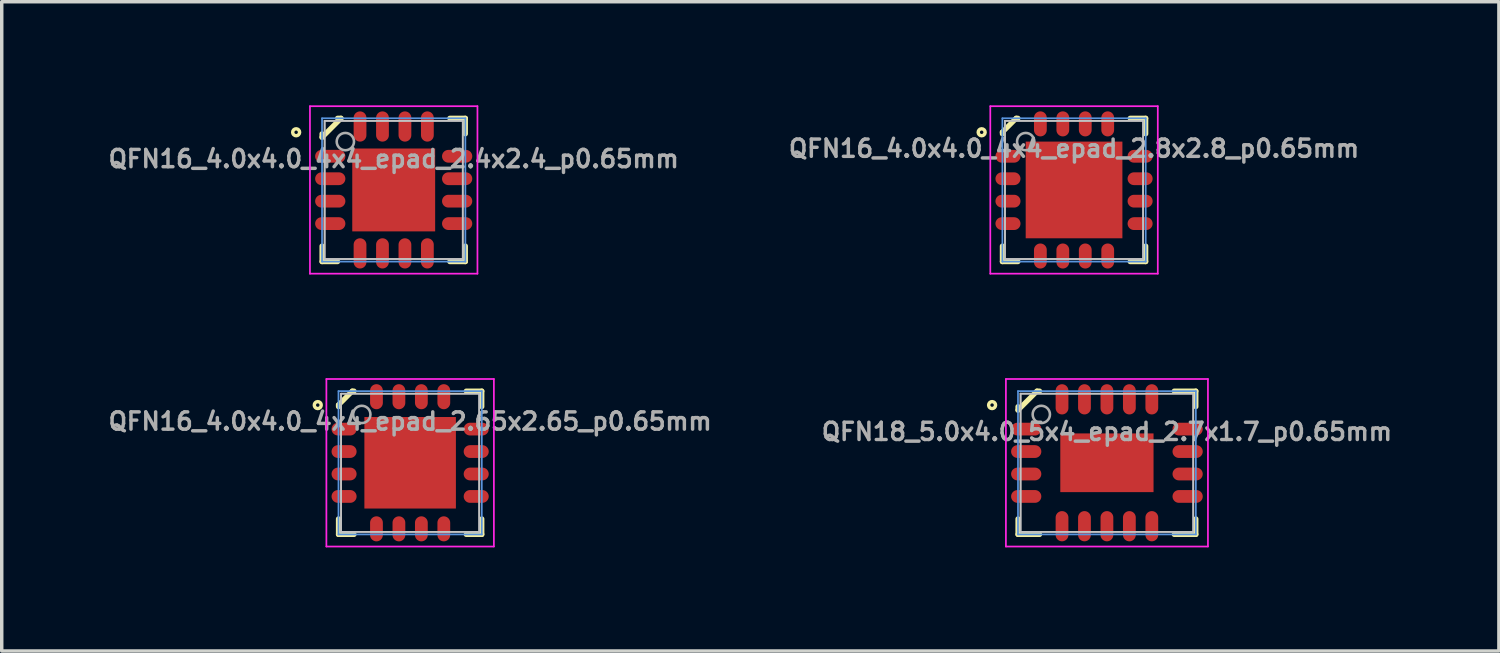
<source format=kicad_pcb>
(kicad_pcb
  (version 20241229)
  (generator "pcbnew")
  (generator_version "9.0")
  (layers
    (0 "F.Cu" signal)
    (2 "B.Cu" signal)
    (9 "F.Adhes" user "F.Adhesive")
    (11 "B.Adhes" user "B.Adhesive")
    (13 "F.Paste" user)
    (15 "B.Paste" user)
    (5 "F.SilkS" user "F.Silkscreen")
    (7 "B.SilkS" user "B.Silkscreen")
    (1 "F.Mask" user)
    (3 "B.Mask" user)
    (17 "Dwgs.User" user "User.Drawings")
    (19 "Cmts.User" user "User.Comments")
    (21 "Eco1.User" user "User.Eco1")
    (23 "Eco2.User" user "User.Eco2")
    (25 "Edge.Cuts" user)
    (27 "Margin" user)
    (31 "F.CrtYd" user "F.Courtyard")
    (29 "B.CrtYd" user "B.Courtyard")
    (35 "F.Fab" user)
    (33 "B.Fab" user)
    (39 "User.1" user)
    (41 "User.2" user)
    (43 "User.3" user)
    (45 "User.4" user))
  (footprint "QFN16_4.0x4.0_4x4_epad_2.8x2.8_p0.65mm"
    (layer "F.Cu")
    (at 28.05 2.45)
    (property "Reference" "QFN16_4.0x4.0_4x4_epad_2.8x2.8_p0.65mm" (at 0 -1.2 0) (layer "F.Fab") (effects (font (size 0.5 0.5) (thickness 0.1))))
    (attr through_hole)
    (fp_line (start -2.075 -1.675) (end -2.075 -1.625) (stroke (width 0.15) (type solid)) (layer "F.SilkS"))
    (fp_line (start -2.075 -1.675) (end -1.675 -2.075) (stroke (width 0.15) (type solid)) (layer "F.SilkS"))
    (fp_line (start -2.075 2.075) (end -2.075 1.625) (stroke (width 0.15) (type solid)) (layer "F.SilkS"))
    (fp_line (start -2.075 2.075) (end -1.625 2.075) (stroke (width 0.15) (type solid)) (layer "F.SilkS"))
    (fp_line (start -1.625 -2.075) (end -1.675 -2.075) (stroke (width 0.15) (type solid)) (layer "F.SilkS"))
    (fp_line (start 2.075 -2.075) (end 1.625 -2.075) (stroke (width 0.15) (type solid)) (layer "F.SilkS"))
    (fp_line (start 2.075 -2.075) (end 2.075 -1.625) (stroke (width 0.15) (type solid)) (layer "F.SilkS"))
    (fp_line (start 2.075 2.075) (end 1.625 2.075) (stroke (width 0.15) (type solid)) (layer "F.SilkS"))
    (fp_line (start 2.075 2.075) (end 2.075 1.625) (stroke (width 0.15) (type solid)) (layer "F.SilkS"))
    (fp_circle (center -2.675 -1.67) (end -2.604 -1.599) (stroke (width 0.1) (type solid)) (fill no) (layer "F.SilkS"))
    (fp_line (start -2 -2) (end -2 2) (stroke (width 0.05) (type solid)) (layer "Dwgs.User"))
    (fp_line (start -2 -2) (end 2 -2) (stroke (width 0.05) (type solid)) (layer "Dwgs.User"))
    (fp_line (start -2 2) (end 2 2) (stroke (width 0.05) (type solid)) (layer "Dwgs.User"))
    (fp_line (start 2 -2) (end 2 2) (stroke (width 0.05) (type solid)) (layer "Dwgs.User"))
    (fp_line (start -2.075 -2.075) (end -2.075 2.075) (stroke (width 0.05) (type solid)) (layer "Cmts.User"))
    (fp_line (start -2.075 -2.075) (end 2.075 -2.075) (stroke (width 0.05) (type solid)) (layer "Cmts.User"))
    (fp_line (start -2.075 2.075) (end 2.075 2.075) (stroke (width 0.05) (type solid)) (layer "Cmts.User"))
    (fp_line (start 2.075 -2.075) (end 2.075 2.075) (stroke (width 0.05) (type solid)) (layer "Cmts.User"))
    (fp_line (start -1.925 -1.925) (end -1.925 1.925) (stroke (width 0.05) (type solid)) (layer "Eco1.User"))
    (fp_line (start -1.925 -1.925) (end 1.925 -1.925) (stroke (width 0.05) (type solid)) (layer "Eco1.User"))
    (fp_line (start -1.925 1.925) (end 1.925 1.925) (stroke (width 0.05) (type solid)) (layer "Eco1.User"))
    (fp_line (start 1.925 -1.925) (end 1.925 1.925) (stroke (width 0.05) (type solid)) (layer "Eco1.User"))
    (fp_line (start -2.425 -2.425) (end -2.425 2.425) (stroke (width 0.05) (type solid)) (layer "F.CrtYd"))
    (fp_line (start -2.425 -2.425) (end 2.425 -2.425) (stroke (width 0.05) (type solid)) (layer "F.CrtYd"))
    (fp_line (start -2.425 2.425) (end 2.425 2.425) (stroke (width 0.05) (type solid)) (layer "F.CrtYd"))
    (fp_line (start 2.425 -2.425) (end 2.425 2.425) (stroke (width 0.05) (type solid)) (layer "F.CrtYd"))
    (fp_line (start -2 -2) (end -2 2) (stroke (width 0.05) (type solid)) (layer "F.Fab"))
    (fp_line (start -2 -2) (end 2 -2) (stroke (width 0.05) (type solid)) (layer "F.Fab"))
    (fp_line (start -2 2) (end 2 2) (stroke (width 0.05) (type solid)) (layer "F.Fab"))
    (fp_line (start 2 -2) (end 2 2) (stroke (width 0.05) (type solid)) (layer "F.Fab"))
    (fp_circle (center -1.4 -1.4) (end -1.223 -1.223) (stroke (width 0.075) (type solid)) (fill no) (layer "F.Fab"))
    (pad "1" smd oval (at -1.913 -0.975 180) (size 0.725 0.37) (layers "F.Cu" "F.Mask" "F.Paste"))
    (pad "2" smd oval (at -1.913 -0.325 180) (size 0.725 0.37) (layers "F.Cu" "F.Mask" "F.Paste"))
    (pad "3" smd oval (at -1.913 0.325 180) (size 0.725 0.37) (layers "F.Cu" "F.Mask" "F.Paste"))
    (pad "4" smd oval (at -1.913 0.975 180) (size 0.725 0.37) (layers "F.Cu" "F.Mask" "F.Paste"))
    (pad "5" smd oval (at -0.975 1.913 270) (size 0.725 0.37) (layers "F.Cu" "F.Mask" "F.Paste"))
    (pad "6" smd oval (at -0.325 1.913 270) (size 0.725 0.37) (layers "F.Cu" "F.Mask" "F.Paste"))
    (pad "7" smd oval (at 0.325 1.913 270) (size 0.725 0.37) (layers "F.Cu" "F.Mask" "F.Paste"))
    (pad "8" smd oval (at 0.975 1.913 270) (size 0.725 0.37) (layers "F.Cu" "F.Mask" "F.Paste"))
    (pad "9" smd oval (at 1.913 0.975) (size 0.725 0.37) (layers "F.Cu" "F.Mask" "F.Paste"))
    (pad "10" smd oval (at 1.913 0.325) (size 0.725 0.37) (layers "F.Cu" "F.Mask" "F.Paste"))
    (pad "11" smd oval (at 1.913 -0.325) (size 0.725 0.37) (layers "F.Cu" "F.Mask" "F.Paste"))
    (pad "12" smd oval (at 1.913 -0.975) (size 0.725 0.37) (layers "F.Cu" "F.Mask" "F.Paste"))
    (pad "13" smd oval (at 0.975 -1.913 90) (size 0.725 0.37) (layers "F.Cu" "F.Mask" "F.Paste"))
    (pad "14" smd oval (at 0.325 -1.913 90) (size 0.725 0.37) (layers "F.Cu" "F.Mask" "F.Paste"))
    (pad "15" smd oval (at -0.325 -1.913 90) (size 0.725 0.37) (layers "F.Cu" "F.Mask" "F.Paste"))
    (pad "16" smd oval (at -0.975 -1.913 90) (size 0.725 0.37) (layers "F.Cu" "F.Mask" "F.Paste"))
    (pad "17" smd rect (at 0 0) (size 2.8 2.8) (layers "F.Cu" "F.Mask" "F.Paste")))
  (footprint "QFN18_5.0x4.0_5x4_epad_2.7x1.7_p0.65mm"
    (layer "F.Cu")
    (at 29.002 10.35)
    (property "Reference" "QFN18_5.0x4.0_5x4_epad_2.7x1.7_p0.65mm" (at 0 -0.9 0) (layer "F.Fab") (effects (font (size 0.5 0.5) (thickness 0.1))))
    (attr through_hole)
    (fp_line (start -2.575 -1.525) (end -2.575 -1.625) (stroke (width 0.15) (type solid)) (layer "F.SilkS"))
    (fp_line (start -2.575 -1.525) (end -2.025 -2.075) (stroke (width 0.15) (type solid)) (layer "F.SilkS"))
    (fp_line (start -2.575 2.075) (end -2.575 1.625) (stroke (width 0.15) (type solid)) (layer "F.SilkS"))
    (fp_line (start -2.575 2.075) (end -1.95 2.075) (stroke (width 0.15) (type solid)) (layer "F.SilkS"))
    (fp_line (start -1.95 -2.075) (end -2.025 -2.075) (stroke (width 0.15) (type solid)) (layer "F.SilkS"))
    (fp_line (start 2.575 -2.075) (end 1.95 -2.075) (stroke (width 0.15) (type solid)) (layer "F.SilkS"))
    (fp_line (start 2.575 -2.075) (end 2.575 -1.625) (stroke (width 0.15) (type solid)) (layer "F.SilkS"))
    (fp_line (start 2.575 2.075) (end 1.95 2.075) (stroke (width 0.15) (type solid)) (layer "F.SilkS"))
    (fp_line (start 2.575 2.075) (end 2.575 1.625) (stroke (width 0.15) (type solid)) (layer "F.SilkS"))
    (fp_circle (center -3.325 -1.67) (end -3.254 -1.599) (stroke (width 0.1) (type solid)) (fill no) (layer "F.SilkS"))
    (fp_line (start -2.5 -2) (end -2.5 2) (stroke (width 0.05) (type solid)) (layer "Dwgs.User"))
    (fp_line (start -2.5 -2) (end 2.5 -2) (stroke (width 0.05) (type solid)) (layer "Dwgs.User"))
    (fp_line (start -2.5 2) (end 2.5 2) (stroke (width 0.05) (type solid)) (layer "Dwgs.User"))
    (fp_line (start 2.5 -2) (end 2.5 2) (stroke (width 0.05) (type solid)) (layer "Dwgs.User"))
    (fp_line (start -2.575 -2.075) (end -2.575 2.075) (stroke (width 0.05) (type solid)) (layer "Cmts.User"))
    (fp_line (start -2.575 -2.075) (end 2.575 -2.075) (stroke (width 0.05) (type solid)) (layer "Cmts.User"))
    (fp_line (start -2.575 2.075) (end 2.575 2.075) (stroke (width 0.05) (type solid)) (layer "Cmts.User"))
    (fp_line (start 2.575 -2.075) (end 2.575 2.075) (stroke (width 0.05) (type solid)) (layer "Cmts.User"))
    (fp_line (start -2.425 -1.925) (end -2.425 1.925) (stroke (width 0.05) (type solid)) (layer "Eco1.User"))
    (fp_line (start -2.425 -1.925) (end 2.425 -1.925) (stroke (width 0.05) (type solid)) (layer "Eco1.User"))
    (fp_line (start -2.425 1.925) (end 2.425 1.925) (stroke (width 0.05) (type solid)) (layer "Eco1.User"))
    (fp_line (start 2.425 -1.925) (end 2.425 1.925) (stroke (width 0.05) (type solid)) (layer "Eco1.User"))
    (fp_line (start -2.925 -2.425) (end -2.925 2.425) (stroke (width 0.05) (type solid)) (layer "F.CrtYd"))
    (fp_line (start -2.925 -2.425) (end 2.925 -2.425) (stroke (width 0.05) (type solid)) (layer "F.CrtYd"))
    (fp_line (start -2.925 2.425) (end 2.925 2.425) (stroke (width 0.05) (type solid)) (layer "F.CrtYd"))
    (fp_line (start 2.925 -2.425) (end 2.925 2.425) (stroke (width 0.05) (type solid)) (layer "F.CrtYd"))
    (fp_line (start -2.5 -2) (end -2.5 2) (stroke (width 0.05) (type solid)) (layer "F.Fab"))
    (fp_line (start -2.5 -2) (end 2.5 -2) (stroke (width 0.05) (type solid)) (layer "F.Fab"))
    (fp_line (start -2.5 2) (end 2.5 2) (stroke (width 0.05) (type solid)) (layer "F.Fab"))
    (fp_line (start 2.5 -2) (end 2.5 2) (stroke (width 0.05) (type solid)) (layer "F.Fab"))
    (fp_circle (center -1.9 -1.4) (end -1.723 -1.223) (stroke (width 0.075) (type solid)) (fill no) (layer "F.Fab"))
    (pad "1" smd oval (at -2.337 -0.975 180) (size 0.875 0.37) (layers "F.Cu" "F.Mask" "F.Paste"))
    (pad "2" smd oval (at -2.337 -0.325 180) (size 0.875 0.37) (layers "F.Cu" "F.Mask" "F.Paste"))
    (pad "3" smd oval (at -2.337 0.325 180) (size 0.875 0.37) (layers "F.Cu" "F.Mask" "F.Paste"))
    (pad "4" smd oval (at -2.337 0.975 180) (size 0.875 0.37) (layers "F.Cu" "F.Mask" "F.Paste"))
    (pad "5" smd oval (at -1.3 1.837 270) (size 0.875 0.37) (layers "F.Cu" "F.Mask" "F.Paste"))
    (pad "6" smd oval (at -0.65 1.837 270) (size 0.875 0.37) (layers "F.Cu" "F.Mask" "F.Paste"))
    (pad "7" smd oval (at 0 1.837 270) (size 0.875 0.37) (layers "F.Cu" "F.Mask" "F.Paste"))
    (pad "8" smd oval (at 0.65 1.837 270) (size 0.875 0.37) (layers "F.Cu" "F.Mask" "F.Paste"))
    (pad "9" smd oval (at 1.3 1.837 270) (size 0.875 0.37) (layers "F.Cu" "F.Mask" "F.Paste"))
    (pad "10" smd oval (at 2.337 0.975) (size 0.875 0.37) (layers "F.Cu" "F.Mask" "F.Paste"))
    (pad "11" smd oval (at 2.337 0.325) (size 0.875 0.37) (layers "F.Cu" "F.Mask" "F.Paste"))
    (pad "12" smd oval (at 2.337 -0.325) (size 0.875 0.37) (layers "F.Cu" "F.Mask" "F.Paste"))
    (pad "13" smd oval (at 2.337 -0.975) (size 0.875 0.37) (layers "F.Cu" "F.Mask" "F.Paste"))
    (pad "14" smd oval (at 1.3 -1.837 90) (size 0.875 0.37) (layers "F.Cu" "F.Mask" "F.Paste"))
    (pad "15" smd oval (at 0.65 -1.837 90) (size 0.875 0.37) (layers "F.Cu" "F.Mask" "F.Paste"))
    (pad "16" smd oval (at 0 -1.837 90) (size 0.875 0.37) (layers "F.Cu" "F.Mask" "F.Paste"))
    (pad "17" smd oval (at -0.65 -1.837 90) (size 0.875 0.37) (layers "F.Cu" "F.Mask" "F.Paste"))
    (pad "18" smd oval (at -1.3 -1.837 90) (size 0.875 0.37) (layers "F.Cu" "F.Mask" "F.Paste"))
    (pad "19" smd rect (at 0 0) (size 2.7 1.7) (layers "F.Cu" "F.Mask" "F.Paste")))
  (footprint "QFN16_4.0x4.0_4x4_epad_2.4x2.4_p0.65mm"
    (layer "F.Cu")
    (at 8.35 2.45)
    (property "Reference" "QFN16_4.0x4.0_4x4_epad_2.4x2.4_p0.65mm" (at 0 -0.9 0) (layer "F.Fab") (effects (font (size 0.5 0.5) (thickness 0.1))))
    (attr through_hole)
    (fp_line (start -2.075 -1.525) (end -2.075 -1.625) (stroke (width 0.15) (type solid)) (layer "F.SilkS"))
    (fp_line (start -2.075 -1.525) (end -1.525 -2.075) (stroke (width 0.15) (type solid)) (layer "F.SilkS"))
    (fp_line (start -2.075 2.075) (end -2.075 1.625) (stroke (width 0.15) (type solid)) (layer "F.SilkS"))
    (fp_line (start -2.075 2.075) (end -1.625 2.075) (stroke (width 0.15) (type solid)) (layer "F.SilkS"))
    (fp_line (start -1.625 -2.075) (end -1.525 -2.075) (stroke (width 0.15) (type solid)) (layer "F.SilkS"))
    (fp_line (start 2.075 -2.075) (end 1.625 -2.075) (stroke (width 0.15) (type solid)) (layer "F.SilkS"))
    (fp_line (start 2.075 -2.075) (end 2.075 -1.625) (stroke (width 0.15) (type solid)) (layer "F.SilkS"))
    (fp_line (start 2.075 2.075) (end 1.625 2.075) (stroke (width 0.15) (type solid)) (layer "F.SilkS"))
    (fp_line (start 2.075 2.075) (end 2.075 1.625) (stroke (width 0.15) (type solid)) (layer "F.SilkS"))
    (fp_circle (center -2.825 -1.67) (end -2.754 -1.599) (stroke (width 0.1) (type solid)) (fill no) (layer "F.SilkS"))
    (fp_line (start -2 -2) (end -2 2) (stroke (width 0.05) (type solid)) (layer "Dwgs.User"))
    (fp_line (start -2 -2) (end 2 -2) (stroke (width 0.05) (type solid)) (layer "Dwgs.User"))
    (fp_line (start -2 2) (end 2 2) (stroke (width 0.05) (type solid)) (layer "Dwgs.User"))
    (fp_line (start 2 -2) (end 2 2) (stroke (width 0.05) (type solid)) (layer "Dwgs.User"))
    (fp_line (start -2.075 -2.075) (end -2.075 2.075) (stroke (width 0.05) (type solid)) (layer "Cmts.User"))
    (fp_line (start -2.075 -2.075) (end 2.075 -2.075) (stroke (width 0.05) (type solid)) (layer "Cmts.User"))
    (fp_line (start -2.075 2.075) (end 2.075 2.075) (stroke (width 0.05) (type solid)) (layer "Cmts.User"))
    (fp_line (start 2.075 -2.075) (end 2.075 2.075) (stroke (width 0.05) (type solid)) (layer "Cmts.User"))
    (fp_line (start -1.925 -1.925) (end -1.925 1.925) (stroke (width 0.05) (type solid)) (layer "Eco1.User"))
    (fp_line (start -1.925 -1.925) (end 1.925 -1.925) (stroke (width 0.05) (type solid)) (layer "Eco1.User"))
    (fp_line (start -1.925 1.925) (end 1.925 1.925) (stroke (width 0.05) (type solid)) (layer "Eco1.User"))
    (fp_line (start 1.925 -1.925) (end 1.925 1.925) (stroke (width 0.05) (type solid)) (layer "Eco1.User"))
    (fp_line (start -2.425 -2.425) (end -2.425 2.425) (stroke (width 0.05) (type solid)) (layer "F.CrtYd"))
    (fp_line (start -2.425 -2.425) (end 2.425 -2.425) (stroke (width 0.05) (type solid)) (layer "F.CrtYd"))
    (fp_line (start -2.425 2.425) (end 2.425 2.425) (stroke (width 0.05) (type solid)) (layer "F.CrtYd"))
    (fp_line (start 2.425 -2.425) (end 2.425 2.425) (stroke (width 0.05) (type solid)) (layer "F.CrtYd"))
    (fp_line (start -2 -2) (end -2 2) (stroke (width 0.05) (type solid)) (layer "F.Fab"))
    (fp_line (start -2 -2) (end 2 -2) (stroke (width 0.05) (type solid)) (layer "F.Fab"))
    (fp_line (start -2 2) (end 2 2) (stroke (width 0.05) (type solid)) (layer "F.Fab"))
    (fp_line (start 2 -2) (end 2 2) (stroke (width 0.05) (type solid)) (layer "F.Fab"))
    (fp_circle (center -1.4 -1.4) (end -1.223 -1.223) (stroke (width 0.075) (type solid)) (fill no) (layer "F.Fab"))
    (pad "1" smd oval (at -1.837 -0.975 180) (size 0.875 0.37) (layers "F.Cu" "F.Mask" "F.Paste"))
    (pad "2" smd oval (at -1.837 -0.325 180) (size 0.875 0.37) (layers "F.Cu" "F.Mask" "F.Paste"))
    (pad "3" smd oval (at -1.837 0.325 180) (size 0.875 0.37) (layers "F.Cu" "F.Mask" "F.Paste"))
    (pad "4" smd oval (at -1.837 0.975 180) (size 0.875 0.37) (layers "F.Cu" "F.Mask" "F.Paste"))
    (pad "5" smd oval (at -0.975 1.837 270) (size 0.875 0.37) (layers "F.Cu" "F.Mask" "F.Paste"))
    (pad "6" smd oval (at -0.325 1.837 270) (size 0.875 0.37) (layers "F.Cu" "F.Mask" "F.Paste"))
    (pad "7" smd oval (at 0.325 1.837 270) (size 0.875 0.37) (layers "F.Cu" "F.Mask" "F.Paste"))
    (pad "8" smd oval (at 0.975 1.837 270) (size 0.875 0.37) (layers "F.Cu" "F.Mask" "F.Paste"))
    (pad "9" smd oval (at 1.837 0.975) (size 0.875 0.37) (layers "F.Cu" "F.Mask" "F.Paste"))
    (pad "10" smd oval (at 1.837 0.325) (size 0.875 0.37) (layers "F.Cu" "F.Mask" "F.Paste"))
    (pad "11" smd oval (at 1.837 -0.325) (size 0.875 0.37) (layers "F.Cu" "F.Mask" "F.Paste"))
    (pad "12" smd oval (at 1.837 -0.975) (size 0.875 0.37) (layers "F.Cu" "F.Mask" "F.Paste"))
    (pad "13" smd oval (at 0.975 -1.837 90) (size 0.875 0.37) (layers "F.Cu" "F.Mask" "F.Paste"))
    (pad "14" smd oval (at 0.325 -1.837 90) (size 0.875 0.37) (layers "F.Cu" "F.Mask" "F.Paste"))
    (pad "15" smd oval (at -0.325 -1.837 90) (size 0.875 0.37) (layers "F.Cu" "F.Mask" "F.Paste"))
    (pad "16" smd oval (at -0.975 -1.837 90) (size 0.875 0.37) (layers "F.Cu" "F.Mask" "F.Paste"))
    (pad "17" smd rect (at 0 0) (size 2.4 2.4) (layers "F.Cu" "F.Mask" "F.Paste")))
  (footprint "QFN16_4.0x4.0_4x4_epad_2.65x2.65_p0.65mm"
    (layer "F.Cu")
    (at 8.826 10.35)
    (property "Reference" "QFN16_4.0x4.0_4x4_epad_2.65x2.65_p0.65mm" (at 0 -1.2 0) (layer "F.Fab") (effects (font (size 0.5 0.5) (thickness 0.1))))
    (attr through_hole)
    (fp_line (start -2.075 -1.675) (end -2.075 -1.625) (stroke (width 0.15) (type solid)) (layer "F.SilkS"))
    (fp_line (start -2.075 -1.675) (end -1.675 -2.075) (stroke (width 0.15) (type solid)) (layer "F.SilkS"))
    (fp_line (start -2.075 2.075) (end -2.075 1.625) (stroke (width 0.15) (type solid)) (layer "F.SilkS"))
    (fp_line (start -2.075 2.075) (end -1.625 2.075) (stroke (width 0.15) (type solid)) (layer "F.SilkS"))
    (fp_line (start -1.625 -2.075) (end -1.675 -2.075) (stroke (width 0.15) (type solid)) (layer "F.SilkS"))
    (fp_line (start 2.075 -2.075) (end 1.625 -2.075) (stroke (width 0.15) (type solid)) (layer "F.SilkS"))
    (fp_line (start 2.075 -2.075) (end 2.075 -1.625) (stroke (width 0.15) (type solid)) (layer "F.SilkS"))
    (fp_line (start 2.075 2.075) (end 1.625 2.075) (stroke (width 0.15) (type solid)) (layer "F.SilkS"))
    (fp_line (start 2.075 2.075) (end 2.075 1.625) (stroke (width 0.15) (type solid)) (layer "F.SilkS"))
    (fp_circle (center -2.675 -1.67) (end -2.604 -1.599) (stroke (width 0.1) (type solid)) (fill no) (layer "F.SilkS"))
    (fp_line (start -2 -2) (end -2 2) (stroke (width 0.05) (type solid)) (layer "Dwgs.User"))
    (fp_line (start -2 -2) (end 2 -2) (stroke (width 0.05) (type solid)) (layer "Dwgs.User"))
    (fp_line (start -2 2) (end 2 2) (stroke (width 0.05) (type solid)) (layer "Dwgs.User"))
    (fp_line (start 2 -2) (end 2 2) (stroke (width 0.05) (type solid)) (layer "Dwgs.User"))
    (fp_line (start -2.075 -2.075) (end -2.075 2.075) (stroke (width 0.05) (type solid)) (layer "Cmts.User"))
    (fp_line (start -2.075 -2.075) (end 2.075 -2.075) (stroke (width 0.05) (type solid)) (layer "Cmts.User"))
    (fp_line (start -2.075 2.075) (end 2.075 2.075) (stroke (width 0.05) (type solid)) (layer "Cmts.User"))
    (fp_line (start 2.075 -2.075) (end 2.075 2.075) (stroke (width 0.05) (type solid)) (layer "Cmts.User"))
    (fp_line (start -1.925 -1.925) (end -1.925 1.925) (stroke (width 0.05) (type solid)) (layer "Eco1.User"))
    (fp_line (start -1.925 -1.925) (end 1.925 -1.925) (stroke (width 0.05) (type solid)) (layer "Eco1.User"))
    (fp_line (start -1.925 1.925) (end 1.925 1.925) (stroke (width 0.05) (type solid)) (layer "Eco1.User"))
    (fp_line (start 1.925 -1.925) (end 1.925 1.925) (stroke (width 0.05) (type solid)) (layer "Eco1.User"))
    (fp_line (start -2.425 -2.425) (end -2.425 2.425) (stroke (width 0.05) (type solid)) (layer "F.CrtYd"))
    (fp_line (start -2.425 -2.425) (end 2.425 -2.425) (stroke (width 0.05) (type solid)) (layer "F.CrtYd"))
    (fp_line (start -2.425 2.425) (end 2.425 2.425) (stroke (width 0.05) (type solid)) (layer "F.CrtYd"))
    (fp_line (start 2.425 -2.425) (end 2.425 2.425) (stroke (width 0.05) (type solid)) (layer "F.CrtYd"))
    (fp_line (start -2 -2) (end -2 2) (stroke (width 0.05) (type solid)) (layer "F.Fab"))
    (fp_line (start -2 -2) (end 2 -2) (stroke (width 0.05) (type solid)) (layer "F.Fab"))
    (fp_line (start -2 2) (end 2 2) (stroke (width 0.05) (type solid)) (layer "F.Fab"))
    (fp_line (start 2 -2) (end 2 2) (stroke (width 0.05) (type solid)) (layer "F.Fab"))
    (fp_circle (center -1.4 -1.4) (end -1.223 -1.223) (stroke (width 0.075) (type solid)) (fill no) (layer "F.Fab"))
    (pad "1" smd oval (at -1.913 -0.975 180) (size 0.725 0.37) (layers "F.Cu" "F.Mask" "F.Paste"))
    (pad "2" smd oval (at -1.913 -0.325 180) (size 0.725 0.37) (layers "F.Cu" "F.Mask" "F.Paste"))
    (pad "3" smd oval (at -1.913 0.325 180) (size 0.725 0.37) (layers "F.Cu" "F.Mask" "F.Paste"))
    (pad "4" smd oval (at -1.913 0.975 180) (size 0.725 0.37) (layers "F.Cu" "F.Mask" "F.Paste"))
    (pad "5" smd oval (at -0.975 1.913 270) (size 0.725 0.37) (layers "F.Cu" "F.Mask" "F.Paste"))
    (pad "6" smd oval (at -0.325 1.913 270) (size 0.725 0.37) (layers "F.Cu" "F.Mask" "F.Paste"))
    (pad "7" smd oval (at 0.325 1.913 270) (size 0.725 0.37) (layers "F.Cu" "F.Mask" "F.Paste"))
    (pad "8" smd oval (at 0.975 1.913 270) (size 0.725 0.37) (layers "F.Cu" "F.Mask" "F.Paste"))
    (pad "9" smd oval (at 1.913 0.975) (size 0.725 0.37) (layers "F.Cu" "F.Mask" "F.Paste"))
    (pad "10" smd oval (at 1.913 0.325) (size 0.725 0.37) (layers "F.Cu" "F.Mask" "F.Paste"))
    (pad "11" smd oval (at 1.913 -0.325) (size 0.725 0.37) (layers "F.Cu" "F.Mask" "F.Paste"))
    (pad "12" smd oval (at 1.913 -0.975) (size 0.725 0.37) (layers "F.Cu" "F.Mask" "F.Paste"))
    (pad "13" smd oval (at 0.975 -1.913 90) (size 0.725 0.37) (layers "F.Cu" "F.Mask" "F.Paste"))
    (pad "14" smd oval (at 0.325 -1.913 90) (size 0.725 0.37) (layers "F.Cu" "F.Mask" "F.Paste"))
    (pad "15" smd oval (at -0.325 -1.913 90) (size 0.725 0.37) (layers "F.Cu" "F.Mask" "F.Paste"))
    (pad "16" smd oval (at -0.975 -1.913 90) (size 0.725 0.37) (layers "F.Cu" "F.Mask" "F.Paste"))
    (pad "17" smd rect (at 0 0) (size 2.65 2.65) (layers "F.Cu" "F.Mask" "F.Paste")))
  (gr_rect
    (start -3 -3)
    (end 40.352 15.8)
    (stroke (width 0.1) (type default))
    (fill no)
    (layer "Edge.Cuts")))
</source>
